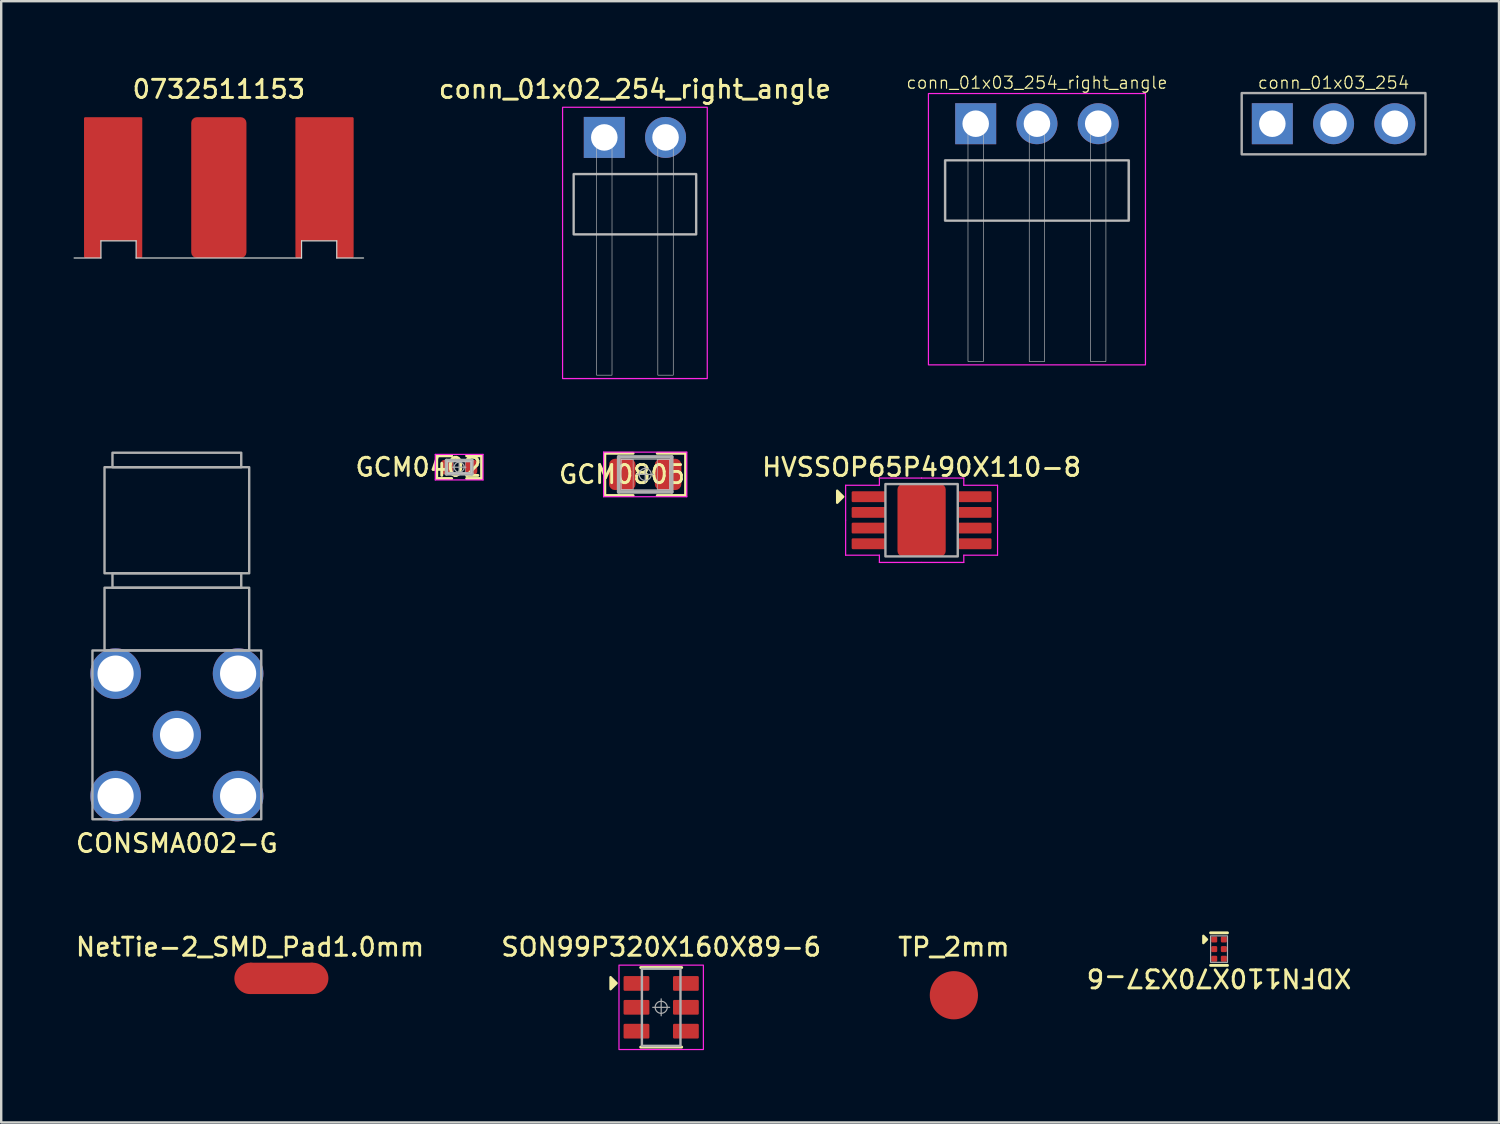
<source format=kicad_pcb>
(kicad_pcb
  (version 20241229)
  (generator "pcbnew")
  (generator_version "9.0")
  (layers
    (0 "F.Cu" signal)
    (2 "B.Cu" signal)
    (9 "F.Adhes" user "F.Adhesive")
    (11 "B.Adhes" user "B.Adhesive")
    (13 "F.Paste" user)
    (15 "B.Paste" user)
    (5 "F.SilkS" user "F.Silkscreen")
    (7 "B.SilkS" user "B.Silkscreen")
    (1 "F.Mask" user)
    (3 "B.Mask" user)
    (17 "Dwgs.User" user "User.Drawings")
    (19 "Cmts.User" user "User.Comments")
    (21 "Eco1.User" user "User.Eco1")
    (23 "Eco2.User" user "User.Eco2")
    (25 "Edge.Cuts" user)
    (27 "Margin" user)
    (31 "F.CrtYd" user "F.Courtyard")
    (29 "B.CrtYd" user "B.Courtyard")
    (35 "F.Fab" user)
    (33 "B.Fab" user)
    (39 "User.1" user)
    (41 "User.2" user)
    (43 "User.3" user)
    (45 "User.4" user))
  (footprint "NetTie-2_SMD_Pad1.0mm"
    (layer "F.Cu")
    (at 7.319 37.523)
    (property "Reference" "NetTie-2_SMD_Pad1.0mm" (at 0 -1.3 0) (layer "F.SilkS") (effects (font (size 0.75 0.75) (thickness 0.12))))
    (attr exclude_from_pos_files exclude_from_bom)
    (fp_poly (pts (xy 0 -0.65) (xy 2.6 -0.65) (xy 2.6 0.65) (xy 0 0.65)) (stroke (width 0) (type solid)) (fill yes) (layer "F.Cu"))
    (pad "1" smd circle (at 0 0) (size 1.3 1.3) (layers "F.Cu"))
    (pad "2" smd circle (at 2.6 0) (size 1.3 1.3) (layers "F.Cu")))
  (footprint "TP_2mm"
    (layer "F.Cu")
    (at 36.507 38.223)
    (property "Reference" "TP_2mm" (at 0 -2 0) (unlocked yes) (layer "F.SilkS") (effects (font (size 0.75 0.75) (thickness 0.12))))
    (attr smd)
    (pad "1" smd circle (at 0 0) (size 2 2) (layers "F.Cu" "F.Mask")))
  (footprint "conn_01x03_254_right_angle"
    (layer "F.Cu")
    (at 39.952 2.08)
    (property "Reference" "conn_01x03_254_right_angle" (at 0 -1.7 0) (unlocked yes) (layer "F.SilkS") (effects (font (size 0.5 0.5) (thickness 0.05))))
    (attr through_hole)
    (fp_rect (start -3.78 1.52) (end 3.78 4.02) (stroke (width 0.025) (type solid)) (fill no) (layer "Dwgs.User"))
    (fp_rect (start -2.86 -0.32) (end -2.22 0.32) (stroke (width 0.025) (type default)) (fill no) (layer "Dwgs.User"))
    (fp_rect (start -2.86 0.32) (end -2.22 9.86) (stroke (width 0.025) (type default)) (fill no) (layer "Dwgs.User"))
    (fp_rect (start -0.32 -0.32) (end 0.32 0.32) (stroke (width 0.025) (type default)) (fill no) (layer "Dwgs.User"))
    (fp_rect (start -0.32 0.32) (end 0.32 9.86) (stroke (width 0.025) (type default)) (fill no) (layer "Dwgs.User"))
    (fp_rect (start 2.22 -0.32) (end 2.86 0.32) (stroke (width 0.025) (type default)) (fill no) (layer "Dwgs.User"))
    (fp_rect (start 2.22 0.32) (end 2.86 9.86) (stroke (width 0.025) (type default)) (fill no) (layer "Dwgs.User"))
    (fp_rect (start -4.5 -1.25) (end 4.5 10) (stroke (width 0.05) (type solid)) (fill no) (layer "F.CrtYd"))
    (fp_rect (start -3.81 1.52) (end 3.81 4.02) (stroke (width 0.1) (type solid)) (fill no) (layer "F.Fab"))
    (pad "1" thru_hole rect (at -2.54 0 90) (size 1.7 1.7) (drill 1.1) (layers "*.Cu" "*.Mask"))
    (pad "2" thru_hole circle (at 0 0 90) (size 1.7 1.7) (drill 1.1) (layers "*.Cu" "*.Mask"))
    (pad "3" thru_hole circle (at 2.54 0 90) (size 1.7 1.7) (drill 1.1) (layers "*.Cu" "*.Mask")))
  (footprint "SON99P320X160X89-6"
    (layer "F.Cu")
    (at 24.369 38.723)
    (property "Reference" "SON99P320X160X89-6" (at 0 -2.5 0) (unlocked yes) (layer "F.SilkS") (effects (font (size 0.75 0.75) (thickness 0.12))))
    (attr smd)
    (fp_line (start 0.85 -1.65) (end -0.85 -1.65) (stroke (width 0.12) (type solid)) (layer "F.SilkS"))
    (fp_line (start 0.85 1.65) (end -0.85 1.65) (stroke (width 0.12) (type solid)) (layer "F.SilkS"))
    (fp_poly (pts (xy -1.85 -1) (xy -2.1 -0.75) (xy -2.1 -1.25)) (stroke (width 0.1) (type solid)) (fill yes) (layer "F.SilkS"))
    (fp_rect (start -1.75 -1.75) (end 1.75 1.75) (stroke (width 0.05) (type default)) (fill no) (layer "F.CrtYd"))
    (fp_line (start 0 -0.35) (end 0 0.35) (stroke (width 0.05) (type solid)) (layer "F.Fab"))
    (fp_line (start 0.35 0) (end -0.35 0) (stroke (width 0.05) (type solid)) (layer "F.Fab"))
    (fp_rect (start -0.8 -1.6) (end 0.8 1.6) (stroke (width 0.1) (type solid)) (fill no) (layer "F.Fab"))
    (fp_circle (center 0 0) (end 0 0.25) (stroke (width 0.05) (type solid)) (fill no) (layer "F.Fab"))
    (pad "1" smd roundrect (at -1.025 -0.99) (size 1.07 0.61) (layers "F.Cu" "F.Mask" "F.Paste") (roundrect_rratio 0.082))
    (pad "2" smd roundrect (at -1.025 0) (size 1.07 0.61) (layers "F.Cu" "F.Mask" "F.Paste") (roundrect_rratio 0.082))
    (pad "3" smd roundrect (at -1.025 0.99) (size 1.07 0.61) (layers "F.Cu" "F.Mask" "F.Paste") (roundrect_rratio 0.082))
    (pad "4" smd roundrect (at 1.025 0.99) (size 1.07 0.61) (layers "F.Cu" "F.Mask" "F.Paste") (roundrect_rratio 0.082))
    (pad "5" smd roundrect (at 1.025 0) (size 1.07 0.61) (layers "F.Cu" "F.Mask" "F.Paste") (roundrect_rratio 0.082))
    (pad "6" smd roundrect (at 1.025 -0.99) (size 1.07 0.61) (layers "F.Cu" "F.Mask" "F.Paste") (roundrect_rratio 0.082)))
  (footprint "HVSSOP65P490X110-8"
    (layer "F.Cu")
    (at 35.168 18.524)
    (property "Reference" "HVSSOP65P490X110-8" (at 0 -2.2 0) (unlocked yes) (layer "F.SilkS") (effects (font (size 0.75 0.75) (thickness 0.12))))
    (attr smd)
    (fp_poly (pts (xy -3.25 -0.975) (xy -3.5 -0.725) (xy -3.5 -1.225)) (stroke (width 0.1) (type solid)) (fill yes) (layer "F.SilkS"))
    (fp_rect (start -0.75 -0.91) (end 0.75 0.91) (stroke (width 0.1) (type solid)) (fill yes) (layer "F.Paste"))
    (fp_line (start -3.15 -1.45) (end -1.75 -1.45) (stroke (width 0.05) (type default)) (layer "F.CrtYd"))
    (fp_line (start -3.15 0) (end -3.15 -1.45) (stroke (width 0.05) (type default)) (layer "F.CrtYd"))
    (fp_line (start -3.15 0) (end -3.15 1.45) (stroke (width 0.05) (type default)) (layer "F.CrtYd"))
    (fp_line (start -3.15 1.45) (end -1.75 1.45) (stroke (width 0.05) (type default)) (layer "F.CrtYd"))
    (fp_line (start -1.75 -1.75) (end 0 -1.75) (stroke (width 0.05) (type default)) (layer "F.CrtYd"))
    (fp_line (start -1.75 -1.45) (end -1.75 -1.75) (stroke (width 0.05) (type default)) (layer "F.CrtYd"))
    (fp_line (start -1.75 1.45) (end -1.75 1.75) (stroke (width 0.05) (type default)) (layer "F.CrtYd"))
    (fp_line (start -1.75 1.75) (end 0 1.75) (stroke (width 0.05) (type default)) (layer "F.CrtYd"))
    (fp_line (start 1.75 -1.75) (end 0 -1.75) (stroke (width 0.05) (type default)) (layer "F.CrtYd"))
    (fp_line (start 1.75 -1.45) (end 1.75 -1.75) (stroke (width 0.05) (type default)) (layer "F.CrtYd"))
    (fp_line (start 1.75 1.45) (end 1.75 1.75) (stroke (width 0.05) (type default)) (layer "F.CrtYd"))
    (fp_line (start 1.75 1.75) (end 0 1.75) (stroke (width 0.05) (type default)) (layer "F.CrtYd"))
    (fp_line (start 3.15 -1.45) (end 1.75 -1.45) (stroke (width 0.05) (type default)) (layer "F.CrtYd"))
    (fp_line (start 3.15 0) (end 3.15 -1.45) (stroke (width 0.05) (type default)) (layer "F.CrtYd"))
    (fp_line (start 3.15 0) (end 3.15 1.45) (stroke (width 0.05) (type default)) (layer "F.CrtYd"))
    (fp_line (start 3.15 1.45) (end 1.75 1.45) (stroke (width 0.05) (type default)) (layer "F.CrtYd"))
    (fp_rect (start -1.5 -1.5) (end 1.5 1.5) (stroke (width 0.1) (type solid)) (fill no) (layer "F.Fab"))
    (pad "1" smd roundrect (at -2.2 -0.975) (size 1.4 0.45) (layers "F.Cu" "F.Mask" "F.Paste") (roundrect_rratio 0.111))
    (pad "2" smd roundrect (at -2.2 -0.325) (size 1.4 0.45) (layers "F.Cu" "F.Mask" "F.Paste") (roundrect_rratio 0.111))
    (pad "3" smd roundrect (at -2.2 0.325) (size 1.4 0.45) (layers "F.Cu" "F.Mask" "F.Paste") (roundrect_rratio 0.111))
    (pad "4" smd roundrect (at -2.2 0.975) (size 1.4 0.45) (layers "F.Cu" "F.Mask" "F.Paste") (roundrect_rratio 0.111))
    (pad "5" smd roundrect (at 2.2 0.975) (size 1.4 0.45) (layers "F.Cu" "F.Mask" "F.Paste") (roundrect_rratio 0.111))
    (pad "6" smd roundrect (at 2.2 0.325) (size 1.4 0.45) (layers "F.Cu" "F.Mask" "F.Paste") (roundrect_rratio 0.111))
    (pad "7" smd roundrect (at 2.2 -0.325) (size 1.4 0.45) (layers "F.Cu" "F.Mask" "F.Paste") (roundrect_rratio 0.111))
    (pad "8" smd roundrect (at 2.2 -0.975) (size 1.4 0.45) (layers "F.Cu" "F.Mask" "F.Paste") (roundrect_rratio 0.111))
    (pad "9" smd roundrect (at 0 0) (size 2 3) (layers "F.Cu" "F.Mask") (roundrect_rratio 0.111)))
  (footprint "GCM0805"
    (layer "F.Cu")
    (at 23.706 16.624)
    (property "Reference" "GCM0805" (at 1.725 0 0) (layer "F.SilkS") (effects (font (size 0.75 0.75) (thickness 0.12)) (justify right)))
    (attr smd)
    (fp_line (start -1.675 -0.875) (end -0.5 -0.875) (stroke (width 0.12) (type solid)) (layer "F.SilkS"))
    (fp_line (start -1.675 0.875) (end -1.675 -0.875) (stroke (width 0.12) (type solid)) (layer "F.SilkS"))
    (fp_line (start -0.5 0.875) (end -1.675 0.875) (stroke (width 0.12) (type solid)) (layer "F.SilkS"))
    (fp_line (start 0.5 0.875) (end 1.675 0.875) (stroke (width 0.12) (type solid)) (layer "F.SilkS"))
    (fp_line (start 1.675 -0.875) (end 0.5 -0.875) (stroke (width 0.12) (type solid)) (layer "F.SilkS"))
    (fp_line (start 1.675 0.875) (end 1.675 -0.875) (stroke (width 0.12) (type solid)) (layer "F.SilkS"))
    (fp_line (start -1 -0.625) (end -0.5 -0.625) (stroke (width 0.025) (type solid)) (layer "Dwgs.User"))
    (fp_line (start -1 -0.625) (end 1 -0.625) (stroke (width 0.025) (type solid)) (layer "Dwgs.User"))
    (fp_line (start -1 0.625) (end -1 -0.625) (stroke (width 0.025) (type solid)) (layer "Dwgs.User"))
    (fp_line (start -1 0.625) (end -1 -0.625) (stroke (width 0.025) (type solid)) (layer "Dwgs.User"))
    (fp_line (start -0.5 -0.625) (end -0.5 0.625) (stroke (width 0.025) (type solid)) (layer "Dwgs.User"))
    (fp_line (start -0.5 0.625) (end -1 0.625) (stroke (width 0.025) (type solid)) (layer "Dwgs.User"))
    (fp_line (start 0.5 -0.625) (end 1 -0.625) (stroke (width 0.025) (type solid)) (layer "Dwgs.User"))
    (fp_line (start 0.5 0.625) (end 0.5 -0.625) (stroke (width 0.025) (type solid)) (layer "Dwgs.User"))
    (fp_line (start 1 -0.625) (end 1 0.625) (stroke (width 0.025) (type solid)) (layer "Dwgs.User"))
    (fp_line (start 1 -0.625) (end 1 0.625) (stroke (width 0.025) (type solid)) (layer "Dwgs.User"))
    (fp_line (start 1 0.625) (end -1 0.625) (stroke (width 0.025) (type solid)) (layer "Dwgs.User"))
    (fp_line (start 1 0.625) (end 0.5 0.625) (stroke (width 0.025) (type solid)) (layer "Dwgs.User"))
    (fp_line (start -1.725 -0.925) (end 1.725 -0.925) (stroke (width 0.05) (type solid)) (layer "F.CrtYd"))
    (fp_line (start -1.725 0.925) (end -1.725 -0.925) (stroke (width 0.05) (type solid)) (layer "F.CrtYd"))
    (fp_line (start 1.725 -0.925) (end 1.725 0.925) (stroke (width 0.05) (type solid)) (layer "F.CrtYd"))
    (fp_line (start 1.725 0.925) (end -1.725 0.925) (stroke (width 0.05) (type solid)) (layer "F.CrtYd"))
    (fp_line (start -1.1 -0.725) (end 1.1 -0.725) (stroke (width 0.15) (type solid)) (layer "F.Fab"))
    (fp_line (start -1.1 0.725) (end -1.1 -0.725) (stroke (width 0.15) (type solid)) (layer "F.Fab"))
    (fp_line (start 0 -0.35) (end 0 0.35) (stroke (width 0.05) (type solid)) (layer "F.Fab"))
    (fp_line (start 0.35 0) (end -0.35 0) (stroke (width 0.05) (type solid)) (layer "F.Fab"))
    (fp_line (start 1.1 -0.725) (end 1.1 0.725) (stroke (width 0.15) (type solid)) (layer "F.Fab"))
    (fp_line (start 1.1 0.725) (end -1.1 0.725) (stroke (width 0.15) (type solid)) (layer "F.Fab"))
    (fp_circle (center 0 0) (end 0.25 0) (stroke (width 0.05) (type solid)) (fill no) (layer "F.Fab"))
    (pad "1" smd roundrect (at -0.95 0) (size 1.1 1.3) (layers "F.Cu" "F.Mask" "F.Paste") (roundrect_rratio 0.227))
    (pad "2" smd roundrect (at 0.95 0) (size 1.1 1.3) (layers "F.Cu" "F.Mask" "F.Paste") (roundrect_rratio 0.227)))
  (footprint "GCM0402"
    (layer "F.Cu")
    (at 15.991 16.324)
    (property "Reference" "GCM0402" (at 1 0 180) (layer "F.SilkS") (effects (font (size 0.75 0.75) (thickness 0.12)) (justify right)))
    (attr smd)
    (fp_line (start -0.93 -0.47) (end -0.31 -0.47) (stroke (width 0.12) (type solid)) (layer "F.SilkS"))
    (fp_line (start -0.93 0.47) (end -0.93 -0.47) (stroke (width 0.12) (type solid)) (layer "F.SilkS"))
    (fp_line (start -0.31 0.47) (end -0.93 0.47) (stroke (width 0.12) (type solid)) (layer "F.SilkS"))
    (fp_line (start 0.31 0.47) (end 0.93 0.47) (stroke (width 0.12) (type solid)) (layer "F.SilkS"))
    (fp_line (start 0.93 -0.47) (end 0.31 -0.47) (stroke (width 0.12) (type solid)) (layer "F.SilkS"))
    (fp_line (start 0.93 0.47) (end 0.93 -0.47) (stroke (width 0.12) (type solid)) (layer "F.SilkS"))
    (fp_line (start -0.5 -0.25) (end -0.2 -0.25) (stroke (width 0.025) (type solid)) (layer "Dwgs.User"))
    (fp_line (start -0.5 -0.25) (end 0.5 -0.25) (stroke (width 0.025) (type solid)) (layer "Dwgs.User"))
    (fp_line (start -0.5 0.25) (end -0.5 -0.25) (stroke (width 0.025) (type solid)) (layer "Dwgs.User"))
    (fp_line (start -0.5 0.25) (end -0.5 -0.25) (stroke (width 0.025) (type solid)) (layer "Dwgs.User"))
    (fp_line (start -0.25 -0.25) (end -0.25 0.25) (stroke (width 0.025) (type solid)) (layer "Dwgs.User"))
    (fp_line (start -0.2 0.25) (end -0.5 0.25) (stroke (width 0.025) (type solid)) (layer "Dwgs.User"))
    (fp_line (start 0.2 -0.25) (end 0.5 -0.25) (stroke (width 0.025) (type solid)) (layer "Dwgs.User"))
    (fp_line (start 0.25 0.25) (end 0.25 -0.25) (stroke (width 0.025) (type solid)) (layer "Dwgs.User"))
    (fp_line (start 0.5 -0.25) (end 0.5 0.25) (stroke (width 0.025) (type solid)) (layer "Dwgs.User"))
    (fp_line (start 0.5 -0.25) (end 0.5 0.25) (stroke (width 0.025) (type solid)) (layer "Dwgs.User"))
    (fp_line (start 0.5 0.25) (end -0.5 0.25) (stroke (width 0.025) (type solid)) (layer "Dwgs.User"))
    (fp_line (start 0.5 0.25) (end 0.2 0.25) (stroke (width 0.025) (type solid)) (layer "Dwgs.User"))
    (fp_line (start -0.99 -0.53) (end 0.99 -0.53) (stroke (width 0.05) (type solid)) (layer "F.CrtYd"))
    (fp_line (start -0.99 0.53) (end -0.99 -0.53) (stroke (width 0.05) (type solid)) (layer "F.CrtYd"))
    (fp_line (start 0.99 -0.53) (end 0.99 0.53) (stroke (width 0.05) (type solid)) (layer "F.CrtYd"))
    (fp_line (start 0.99 0.53) (end -0.99 0.53) (stroke (width 0.05) (type solid)) (layer "F.CrtYd"))
    (fp_line (start -0.525 -0.275) (end 0.525 -0.275) (stroke (width 0.15) (type solid)) (layer "F.Fab"))
    (fp_line (start -0.525 0.275) (end -0.525 -0.275) (stroke (width 0.15) (type solid)) (layer "F.Fab"))
    (fp_line (start 0 -0.278) (end 0 0.278) (stroke (width 0.05) (type solid)) (layer "F.Fab"))
    (fp_line (start 0.278 0) (end -0.278 0) (stroke (width 0.05) (type solid)) (layer "F.Fab"))
    (fp_line (start 0.525 -0.275) (end 0.525 0.275) (stroke (width 0.15) (type solid)) (layer "F.Fab"))
    (fp_line (start 0.525 0.275) (end -0.525 0.275) (stroke (width 0.15) (type solid)) (layer "F.Fab"))
    (fp_circle (center 0 0) (end 0.208 0) (stroke (width 0.05) (type solid)) (fill no) (layer "F.Fab"))
    (pad "1" smd roundrect (at -0.5 0) (size 0.5 0.6) (layers "F.Cu" "F.Mask" "F.Paste") (roundrect_rratio 0.25))
    (pad "2" smd roundrect (at 0.5 0) (size 0.5 0.6) (layers "F.Cu" "F.Mask" "F.Paste") (roundrect_rratio 0.25)))
  (footprint "CONSMA002-G"
    (layer "F.Cu")
    (at 4.284 27.424)
    (property "Reference" "CONSMA002-G" (at 0 4.5 0) (unlocked yes) (layer "F.SilkS") (effects (font (size 0.75 0.75) (thickness 0.12))))
    (attr smd)
    (fp_rect (start -3.5 -3.5) (end 3.5 3.5) (stroke (width 0.1) (type solid)) (fill no) (layer "F.Fab"))
    (fp_rect (start -3 -11.1) (end 3 -6.7) (stroke (width 0.1) (type default)) (fill no) (layer "F.Fab"))
    (fp_rect (start -3 -6.1) (end 3 -3.5) (stroke (width 0.1) (type default)) (fill no) (layer "F.Fab"))
    (fp_rect (start -2.67 -11.7) (end 2.67 -11.1) (stroke (width 0.1) (type solid)) (fill no) (layer "F.Fab"))
    (fp_rect (start -2.67 -6.7) (end 2.67 -6.1) (stroke (width 0.1) (type solid)) (fill no) (layer "F.Fab"))
    (pad "1" thru_hole circle (at 0 0) (size 2 2) (drill 1.4) (layers "*.Cu" "*.Mask"))
    (pad "2" thru_hole circle (at -2.54 -2.54) (size 2.1 2.1) (drill 1.5) (layers "*.Cu" "*.Mask"))
    (pad "3" thru_hole circle (at 2.54 -2.54) (size 2.1 2.1) (drill 1.5) (layers "*.Cu" "*.Mask"))
    (pad "4" thru_hole circle (at 2.54 2.54) (size 2.1 2.1) (drill 1.5) (layers "*.Cu" "*.Mask"))
    (pad "5" thru_hole circle (at -2.54 2.54) (size 2.1 2.1) (drill 1.5) (layers "*.Cu" "*.Mask")))
  (footprint "conn_01x02_254_right_angle"
    (layer "F.Cu")
    (at 23.28 2.649)
    (property "Reference" "conn_01x02_254_right_angle" (at 0 -2 0) (unlocked yes) (layer "F.SilkS") (effects (font (size 0.75 0.75) (thickness 0.12))))
    (attr through_hole)
    (fp_rect (start -2.54 1.52) (end 2.54 4.02) (stroke (width 0.025) (type solid)) (fill no) (layer "Dwgs.User"))
    (fp_rect (start -1.59 -0.32) (end -0.95 0.32) (stroke (width 0.025) (type default)) (fill no) (layer "Dwgs.User"))
    (fp_rect (start -1.59 0.32) (end -0.95 9.86) (stroke (width 0.025) (type default)) (fill no) (layer "Dwgs.User"))
    (fp_rect (start 0.95 -0.32) (end 1.59 0.32) (stroke (width 0.025) (type default)) (fill no) (layer "Dwgs.User"))
    (fp_rect (start 0.95 0.32) (end 1.59 9.86) (stroke (width 0.025) (type default)) (fill no) (layer "Dwgs.User"))
    (fp_rect (start -3 -1.25) (end 3 10) (stroke (width 0.05) (type solid)) (fill no) (layer "F.CrtYd"))
    (fp_rect (start -2.54 1.52) (end 2.54 4.02) (stroke (width 0.1) (type solid)) (fill no) (layer "F.Fab"))
    (pad "1" thru_hole rect (at -1.27 0 90) (size 1.7 1.7) (drill 1.1) (layers "*.Cu" "*.Mask"))
    (pad "2" thru_hole circle (at 1.27 0 90) (size 1.7 1.7) (drill 1.1) (layers "*.Cu" "*.Mask")))
  (footprint "conn_01x03_254"
    (layer "F.Cu")
    (at 52.253 2.08)
    (property "Reference" "conn_01x03_254" (at 0 -1.7 0) (unlocked yes) (layer "F.SilkS") (effects (font (size 0.5 0.5) (thickness 0.05))))
    (attr through_hole)
    (fp_rect (start -3.81 -1.27) (end 3.81 1.27) (stroke (width 0.1) (type default)) (fill no) (layer "F.Fab"))
    (pad "1" thru_hole rect (at -2.54 0) (size 1.7 1.7) (drill 1.1) (layers "*.Cu" "*.Mask"))
    (pad "2" thru_hole circle (at 0 0) (size 1.7 1.7) (drill 1.1) (layers "*.Cu" "*.Mask"))
    (pad "3" thru_hole circle (at 2.54 0) (size 1.7 1.7) (drill 1.1) (layers "*.Cu" "*.Mask")))
  (footprint "XDFN110X70X37-6"
    (layer "F.Cu")
    (at 47.503 36.309)
    (property "Reference" "XDFN110X70X37-6" (at 0 1.2 180) (unlocked yes) (layer "F.SilkS") (effects (font (size 0.75 0.75) (thickness 0.12))))
    (attr smd)
    (fp_line (start -0.35 -0.675) (end 0.35 -0.675) (stroke (width 0.12) (type solid)) (layer "F.SilkS"))
    (fp_line (start -0.35 0.675) (end 0.35 0.675) (stroke (width 0.12) (type solid)) (layer "F.SilkS"))
    (fp_poly (pts (xy -0.5 -0.4) (xy -0.65 -0.25) (xy -0.65 -0.55)) (stroke (width 0.1) (type solid)) (fill yes) (layer "F.SilkS"))
    (fp_rect (start -0.35 -0.55) (end 0.35 0.55) (stroke (width 0.05) (type solid)) (fill no) (layer "F.Fab"))
    (pad "1" smd roundrect (at -0.2 -0.4) (size 0.25 0.25) (layers "F.Cu" "F.Mask" "F.Paste") (roundrect_rratio 0.2))
    (pad "2" smd roundrect (at -0.2 0) (size 0.25 0.25) (layers "F.Cu" "F.Mask" "F.Paste") (roundrect_rratio 0.2))
    (pad "3" smd roundrect (at -0.2 0.4) (size 0.25 0.25) (layers "F.Cu" "F.Mask" "F.Paste") (roundrect_rratio 0.2))
    (pad "4" smd roundrect (at 0.2 0.4) (size 0.25 0.25) (layers "F.Cu" "F.Mask" "F.Paste") (roundrect_rratio 0.2))
    (pad "5" smd roundrect (at 0.2 0) (size 0.25 0.25) (layers "F.Cu" "F.Mask" "F.Paste") (roundrect_rratio 0.2))
    (pad "6" smd roundrect (at 0.2 -0.4) (size 0.25 0.25) (layers "F.Cu" "F.Mask" "F.Paste") (roundrect_rratio 0.2)))
  (footprint "0732511153"
    (layer "F.Cu")
    (at 6.025 7.649)
    (property "Reference" "0732511153" (at 0 -7 0) (unlocked yes) (layer "F.SilkS") (effects (font (size 0.75 0.75) (thickness 0.12))))
    (attr smd)
    (fp_line (start -6 0) (end -4.89 0) (stroke (width 0.05) (type default)) (layer "Edge.Cuts"))
    (fp_line (start -4.89 -0.71) (end -3.43 -0.71) (stroke (width 0.05) (type default)) (layer "Edge.Cuts"))
    (fp_line (start -4.89 0) (end -4.89 -0.71) (stroke (width 0.05) (type default)) (layer "Edge.Cuts"))
    (fp_line (start -3.43 -0.71) (end -3.43 0) (stroke (width 0.05) (type default)) (layer "Edge.Cuts"))
    (fp_line (start -3.43 0) (end 3.43 0) (stroke (width 0.05) (type default)) (layer "Edge.Cuts"))
    (fp_line (start 3.43 -0.71) (end 4.89 -0.71) (stroke (width 0.05) (type default)) (layer "Edge.Cuts"))
    (fp_line (start 3.43 0) (end 3.43 -0.71) (stroke (width 0.05) (type default)) (layer "Edge.Cuts"))
    (fp_line (start 4.89 -0.71) (end 4.89 0) (stroke (width 0.05) (type default)) (layer "Edge.Cuts"))
    (fp_line (start 4.89 0) (end 6 0) (stroke (width 0.05) (type default)) (layer "Edge.Cuts"))
    (pad "1" smd roundrect (at 0 -2.92) (size 2.29 5.84) (layers "F.Cu" "F.Mask" "F.Paste") (roundrect_rratio 0.104))
    (pad "2" smd custom (at -4.383 -3.275) (size 2.415 2.415) (layers "F.Cu" "F.Mask" "F.Paste") (options (anchor circle)) (primitives (gr_poly (pts (xy -1.208 -2.515) (xy -1.204 -2.534) (xy -1.193 -2.55) (xy -1.177 -2.561) (xy -1.157 -2.565) (xy 1.157 -2.565) (xy 1.177 -2.561) (xy 1.193 -2.55) (xy 1.204 -2.534) (xy 1.208 -2.515) (xy 1.208 2.515) (xy 1.204 2.534) (xy 1.193 2.55) (xy 1.177 2.561) (xy 1.157 2.565) (xy -1.157 2.565) (xy -1.177 2.561) (xy -1.193 2.55) (xy -1.204 2.534) (xy -1.208 2.515)) (width 0) (fill yes)) (gr_rect (start 1.002 2.475) (end 1.157 3.225) (width 0.1) (fill yes)) (gr_rect (start -1.157 2.475) (end -0.557 3.225) (width 0.1) (fill yes))))
    (pad "2" smd custom (at 4.383 -3.275) (size 2.415 2.415) (layers "F.Cu" "F.Mask" "F.Paste") (options (anchor circle)) (primitives (gr_poly (pts (xy 1.208 -2.515) (xy 1.204 -2.534) (xy 1.193 -2.55) (xy 1.177 -2.561) (xy 1.157 -2.565) (xy -1.157 -2.565) (xy -1.177 -2.561) (xy -1.193 -2.55) (xy -1.204 -2.534) (xy -1.208 -2.515) (xy -1.208 2.515) (xy -1.204 2.534) (xy -1.193 2.55) (xy -1.177 2.561) (xy -1.157 2.565) (xy 1.157 2.565) (xy 1.177 2.561) (xy 1.193 2.55) (xy 1.204 2.534) (xy 1.208 2.515)) (width 0) (fill yes)) (gr_rect (start -1.157 2.475) (end -1.002 3.225) (width 0.1) (fill yes)) (gr_rect (start 0.557 2.475) (end 1.157 3.225) (width 0.1) (fill yes)))))
  (gr_rect
    (start -3 -3)
    (end 59.113 43.498)
    (stroke (width 0.1) (type default))
    (fill no)
    (layer "Edge.Cuts")))
</source>
